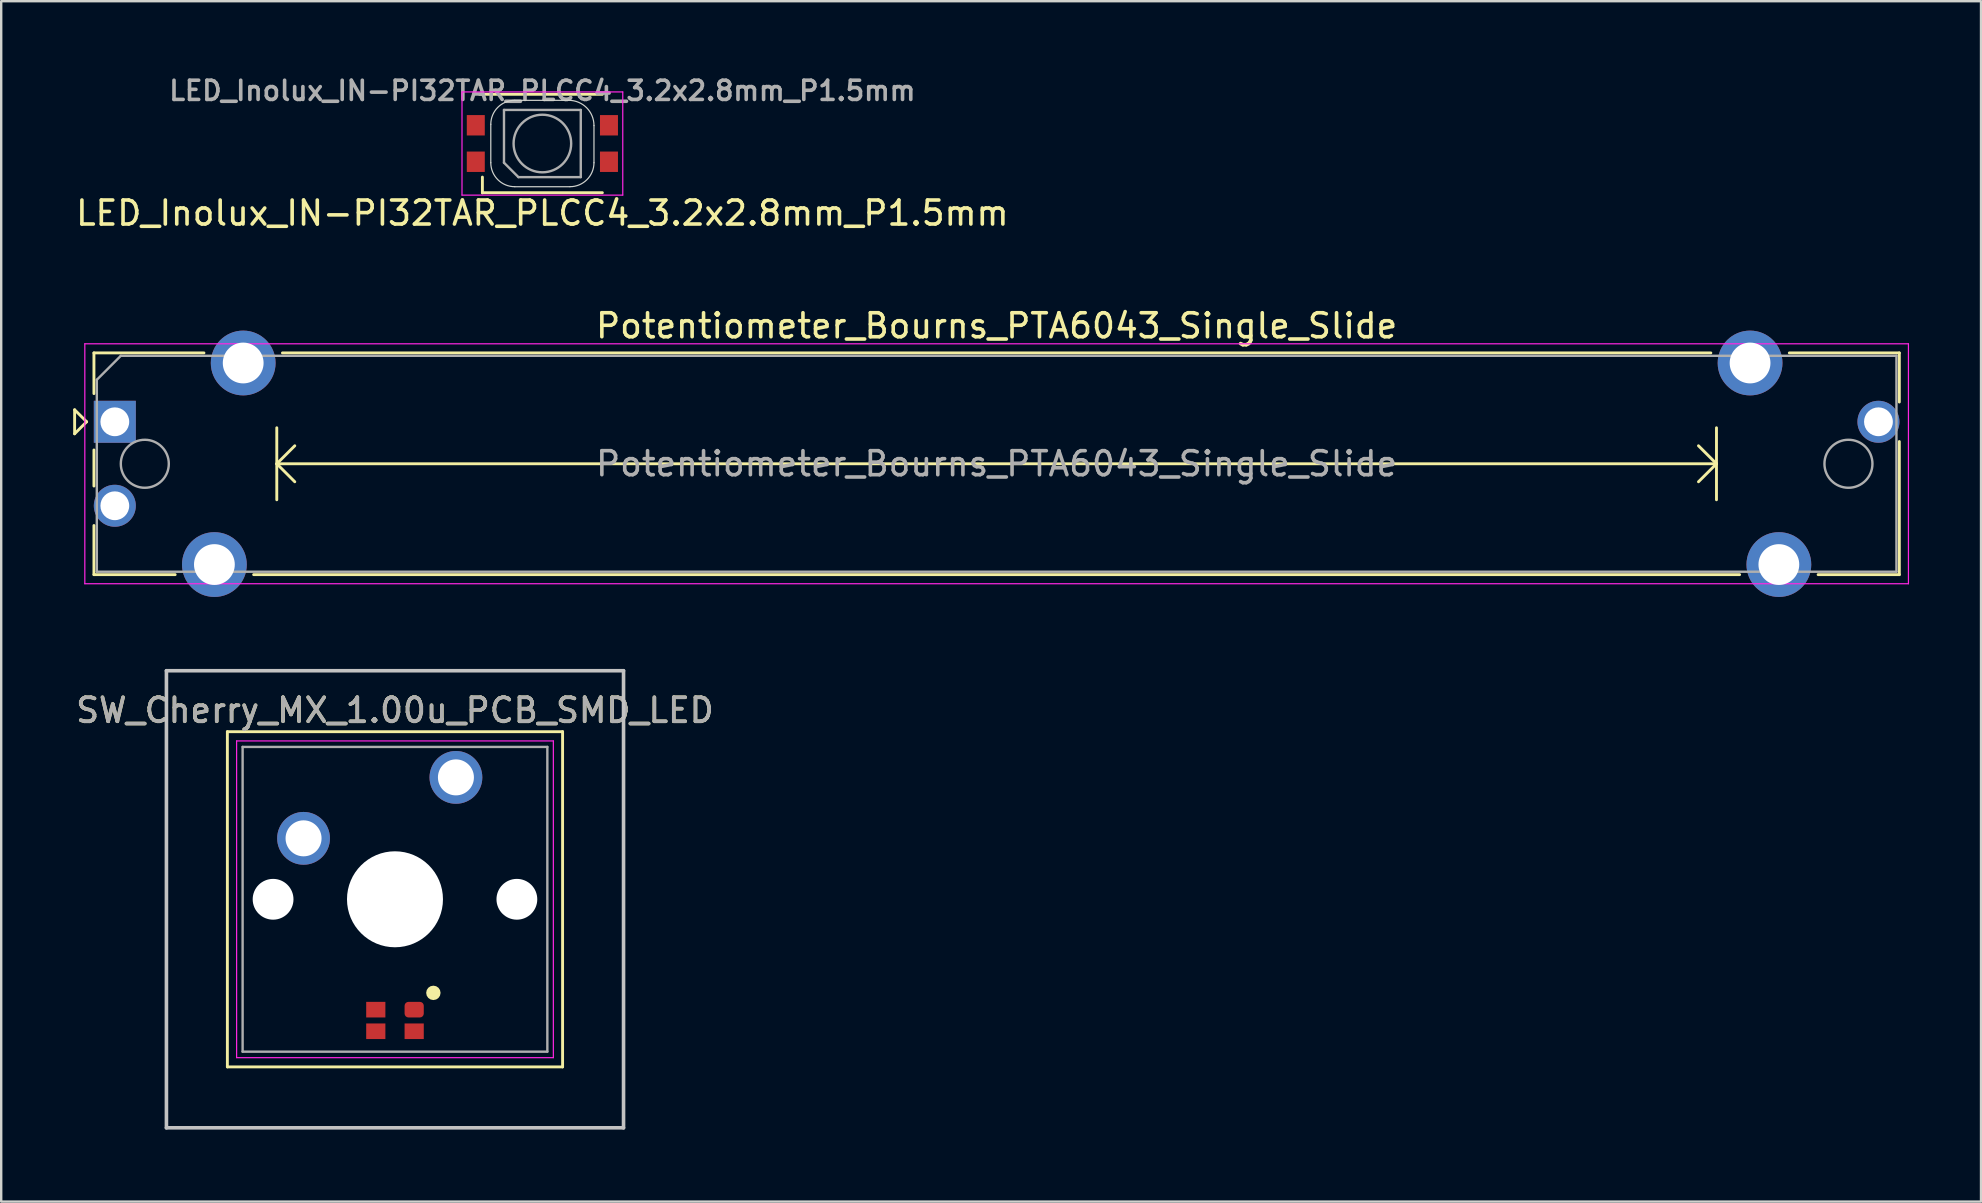
<source format=kicad_pcb>
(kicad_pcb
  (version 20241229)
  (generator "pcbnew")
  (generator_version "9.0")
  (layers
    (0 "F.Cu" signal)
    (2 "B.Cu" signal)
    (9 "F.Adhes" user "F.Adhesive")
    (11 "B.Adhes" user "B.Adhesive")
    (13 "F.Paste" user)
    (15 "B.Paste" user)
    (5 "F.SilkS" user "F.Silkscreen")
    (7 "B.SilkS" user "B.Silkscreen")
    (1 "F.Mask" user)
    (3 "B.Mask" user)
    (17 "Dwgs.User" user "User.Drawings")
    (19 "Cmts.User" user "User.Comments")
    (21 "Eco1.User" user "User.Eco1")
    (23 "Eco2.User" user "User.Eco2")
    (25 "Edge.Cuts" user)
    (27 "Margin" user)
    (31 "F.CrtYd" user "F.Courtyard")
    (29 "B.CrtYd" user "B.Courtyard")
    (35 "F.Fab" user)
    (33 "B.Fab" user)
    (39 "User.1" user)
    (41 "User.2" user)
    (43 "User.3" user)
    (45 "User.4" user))
  (footprint "LED_Inolux_IN-PI32TAR_PLCC4_3.2x2.8mm_P1.5mm"
    (layer "F.Cu")
    (at 19.554 2.931)
    (property "Reference" "LED_Inolux_IN-PI32TAR_PLCC4_3.2x2.8mm_P1.5mm" (at 0 2.9 0) (layer "F.SilkS") (effects (font (size 1 1) (thickness 0.15))))
    (attr smd)
    (fp_line (start -2.62 -2.05) (end 2.5 -2.05) (stroke (width 0.12) (type solid)) (layer "F.SilkS"))
    (fp_line (start -2.5 2.05) (end 2.5 2.05) (stroke (width 0.12) (type solid)) (layer "F.SilkS"))
    (fp_line (start -2.5 2.06) (end -2.5 1.4) (stroke (width 0.12) (type solid)) (layer "F.SilkS"))
    (fp_line (start -2.15 0.8) (end -2.15 -0.8) (stroke (width 0.05) (type default)) (layer "Edge.Cuts"))
    (fp_line (start -1.15 -1.8) (end 1.1 -1.8) (stroke (width 0.05) (type default)) (layer "Edge.Cuts"))
    (fp_line (start 1.15 1.8) (end -1.15 1.8) (stroke (width 0.05) (type default)) (layer "Edge.Cuts"))
    (fp_line (start 2.15 -0.75) (end 2.15 0.8) (stroke (width 0.05) (type default)) (layer "Edge.Cuts"))
    (fp_arc (start -2.149999 -0.799998) (mid -1.857106 -1.507105) (end -1.149999 -1.799998) (stroke (width 0.05) (type default)) (layer "Edge.Cuts"))
    (fp_arc (start -1.149999 1.799999) (mid -1.857106 1.507106) (end -2.149999 0.799999) (stroke (width 0.05) (type default)) (layer "Edge.Cuts"))
    (fp_arc (start 1.1 -1.8) (mid 1.842462 -1.492462) (end 2.15 -0.75) (stroke (width 0.05) (type default)) (layer "Edge.Cuts"))
    (fp_arc (start 2.15 0.8) (mid 1.857107 1.507107) (end 1.15 1.8) (stroke (width 0.05) (type default)) (layer "Edge.Cuts"))
    (fp_line (start -3.35 -2.15) (end -3.35 2.15) (stroke (width 0.05) (type solid)) (layer "F.CrtYd"))
    (fp_line (start -3.35 2.15) (end 3.35 2.15) (stroke (width 0.05) (type solid)) (layer "F.CrtYd"))
    (fp_line (start 3.35 -2.15) (end -3.35 -2.15) (stroke (width 0.05) (type solid)) (layer "F.CrtYd"))
    (fp_line (start 3.35 2.15) (end 3.35 -2.15) (stroke (width 0.05) (type solid)) (layer "F.CrtYd"))
    (fp_line (start -1.6 -1.4) (end -1.6 0.8) (stroke (width 0.1) (type solid)) (layer "F.Fab"))
    (fp_line (start -1.6 0.8) (end -1 1.4) (stroke (width 0.1) (type solid)) (layer "F.Fab"))
    (fp_line (start -1 1.4) (end 1.6 1.4) (stroke (width 0.1) (type solid)) (layer "F.Fab"))
    (fp_line (start 1.6 -1.4) (end -1.6 -1.4) (stroke (width 0.1) (type solid)) (layer "F.Fab"))
    (fp_line (start 1.6 1.4) (end 1.6 -1.4) (stroke (width 0.1) (type solid)) (layer "F.Fab"))
    (fp_circle (center 0 0) (end 1.2 0) (stroke (width 0.1) (type solid)) (fill no) (layer "F.Fab"))
    (fp_text user "${REFERENCE}" (at 0 -2.2 0) (layer "F.Fab") (effects (font (size 0.8 0.8) (thickness 0.15))))
    (pad "1" smd rect (at -2.775 0.76) (size 0.75 0.85) (layers "F.Cu" "F.Mask" "F.Paste"))
    (pad "2" smd rect (at -2.775 -0.76) (size 0.75 0.85) (layers "F.Cu" "F.Mask" "F.Paste"))
    (pad "3" smd rect (at 2.775 -0.76) (size 0.75 0.85) (layers "F.Cu" "F.Mask" "F.Paste"))
    (pad "4" smd rect (at 2.775 0.76) (size 0.75 0.85) (layers "F.Cu" "F.Mask" "F.Paste")))
  (footprint "SW_Cherry_MX_1.00u_PCB_SMD_LED"
    (layer "F.Cu")
    (at 13.411 34.428)
    (property "Reference" "SW_Cherry_MX_1.00u_PCB_SMD_LED" (at 0 -7.874 0) (layer "F.SilkS") (effects (font (size 1 1) (thickness 0.15))))
    (attr through_hole)
    (fp_line (start -6.985 -6.985) (end 6.985 -6.985) (stroke (width 0.12) (type solid)) (layer "F.SilkS"))
    (fp_line (start -6.985 6.985) (end -6.985 -6.985) (stroke (width 0.12) (type solid)) (layer "F.SilkS"))
    (fp_line (start 6.985 -6.985) (end 6.985 6.985) (stroke (width 0.12) (type solid)) (layer "F.SilkS"))
    (fp_line (start 6.985 6.985) (end -6.985 6.985) (stroke (width 0.12) (type solid)) (layer "F.SilkS"))
    (fp_circle (center 1.6 3.9) (end 1.75 3.9) (stroke (width 0.3) (type solid)) (fill no) (layer "F.SilkS"))
    (fp_line (start -9.525 -9.525) (end 9.525 -9.525) (stroke (width 0.15) (type solid)) (layer "Dwgs.User"))
    (fp_line (start -9.525 9.525) (end -9.525 -9.525) (stroke (width 0.15) (type solid)) (layer "Dwgs.User"))
    (fp_line (start 9.525 -9.525) (end 9.525 9.525) (stroke (width 0.15) (type solid)) (layer "Dwgs.User"))
    (fp_line (start 9.525 9.525) (end -9.525 9.525) (stroke (width 0.15) (type solid)) (layer "Dwgs.User"))
    (fp_line (start -6.6 -6.6) (end 6.6 -6.6) (stroke (width 0.05) (type solid)) (layer "F.CrtYd"))
    (fp_line (start -6.6 6.6) (end -6.6 -6.6) (stroke (width 0.05) (type solid)) (layer "F.CrtYd"))
    (fp_line (start 6.6 -6.6) (end 6.6 6.6) (stroke (width 0.05) (type solid)) (layer "F.CrtYd"))
    (fp_line (start 6.6 6.6) (end -6.6 6.6) (stroke (width 0.05) (type solid)) (layer "F.CrtYd"))
    (fp_line (start -6.35 -6.35) (end 6.35 -6.35) (stroke (width 0.1) (type solid)) (layer "F.Fab"))
    (fp_line (start -6.35 6.35) (end -6.35 -6.35) (stroke (width 0.1) (type solid)) (layer "F.Fab"))
    (fp_line (start 6.35 -6.35) (end 6.35 6.35) (stroke (width 0.1) (type solid)) (layer "F.Fab"))
    (fp_line (start 6.35 6.35) (end -6.35 6.35) (stroke (width 0.1) (type solid)) (layer "F.Fab"))
    (fp_text user "${REFERENCE}" (at 0 -7.874 0) (layer "F.Fab") (effects (font (size 1 1) (thickness 0.15))))
    (pad "" np_thru_hole circle (at -5.08 0) (size 1.7 1.7) (drill 1.7) (layers "*.Cu" "*.Mask"))
    (pad "" np_thru_hole circle (at 0 0) (size 4 4) (drill 4) (layers "*.Cu" "*.Mask"))
    (pad "" np_thru_hole circle (at 5.08 0) (size 1.7 1.7) (drill 1.7) (layers "*.Cu" "*.Mask"))
    (pad "1" smd roundrect (at 0.8 4.6) (size 0.8 0.65) (layers "F.Cu" "F.Mask" "F.Paste") (roundrect_rratio 0.25))
    (pad "2" smd rect (at -0.8 4.6) (size 0.8 0.65) (layers "F.Cu" "F.Mask" "F.Paste"))
    (pad "3" smd rect (at 0.8 5.5) (size 0.8 0.65) (layers "F.Cu" "F.Mask" "F.Paste"))
    (pad "4" smd rect (at -0.8 5.5) (size 0.8 0.65) (layers "F.Cu" "F.Mask" "F.Paste"))
    (pad "5" thru_hole circle (at 2.54 -5.08) (size 2.2 2.2) (drill 1.5) (layers "*.Cu" "*.Mask"))
    (pad "6" thru_hole circle (at -3.81 -2.54) (size 2.2 2.2) (drill 1.5) (layers "*.Cu" "*.Mask")))
  (footprint "Potentiometer_Bourns_PTA6043_Single_Slide"
    (layer "F.Cu")
    (at 38.485 16.278)
    (property "Reference" "Potentiometer_Bourns_PTA6043_Single_Slide" (at 0 -5.75 0) (layer "F.SilkS") (effects (font (size 1 1) (thickness 0.15))))
    (attr through_hole)
    (fp_line (start -38.425 -2.25) (end -38.425 -1.25) (stroke (width 0.12) (type solid)) (layer "F.SilkS"))
    (fp_line (start -38.425 -1.25) (end -37.925 -1.75) (stroke (width 0.12) (type solid)) (layer "F.SilkS"))
    (fp_line (start -37.925 -1.75) (end -38.425 -2.25) (stroke (width 0.12) (type solid)) (layer "F.SilkS"))
    (fp_line (start -37.62 -4.62) (end -37.62 -2.925) (stroke (width 0.12) (type solid)) (layer "F.SilkS"))
    (fp_line (start -37.62 -4.62) (end -33.035 -4.62) (stroke (width 0.12) (type solid)) (layer "F.SilkS"))
    (fp_line (start -37.62 -0.575) (end -37.62 0.928) (stroke (width 0.12) (type solid)) (layer "F.SilkS"))
    (fp_line (start -37.62 2.573) (end -37.62 4.62) (stroke (width 0.12) (type solid)) (layer "F.SilkS"))
    (fp_line (start -37.62 4.62) (end -34.235 4.62) (stroke (width 0.12) (type solid)) (layer "F.SilkS"))
    (fp_line (start -30.964 4.62) (end 30.965 4.62) (stroke (width 0.12) (type solid)) (layer "F.SilkS"))
    (fp_line (start -30 -1.5) (end -30 1.5) (stroke (width 0.12) (type solid)) (layer "F.SilkS"))
    (fp_line (start -30 0) (end -29.25 0.75) (stroke (width 0.12) (type solid)) (layer "F.SilkS"))
    (fp_line (start -30 0) (end 30 0) (stroke (width 0.12) (type solid)) (layer "F.SilkS"))
    (fp_line (start -29.764 -4.62) (end 29.765 -4.62) (stroke (width 0.12) (type solid)) (layer "F.SilkS"))
    (fp_line (start -29.25 -0.75) (end -30 0) (stroke (width 0.12) (type solid)) (layer "F.SilkS"))
    (fp_line (start 29.25 -0.75) (end 30 0) (stroke (width 0.12) (type solid)) (layer "F.SilkS"))
    (fp_line (start 30 -1.5) (end 30 1.5) (stroke (width 0.12) (type solid)) (layer "F.SilkS"))
    (fp_line (start 30 0) (end 29.25 0.75) (stroke (width 0.12) (type solid)) (layer "F.SilkS"))
    (fp_line (start 33.036 -4.62) (end 37.62 -4.62) (stroke (width 0.12) (type solid)) (layer "F.SilkS"))
    (fp_line (start 34.236 4.62) (end 37.62 4.62) (stroke (width 0.12) (type solid)) (layer "F.SilkS"))
    (fp_line (start 37.62 -4.62) (end 37.62 -2.573) (stroke (width 0.12) (type solid)) (layer "F.SilkS"))
    (fp_line (start 37.62 -0.927) (end 37.62 4.62) (stroke (width 0.12) (type solid)) (layer "F.SilkS"))
    (fp_line (start -38 -5) (end -38 5) (stroke (width 0.05) (type solid)) (layer "F.CrtYd"))
    (fp_line (start -38 5) (end 38 5) (stroke (width 0.05) (type solid)) (layer "F.CrtYd"))
    (fp_line (start 38 -5) (end -38 -5) (stroke (width 0.05) (type solid)) (layer "F.CrtYd"))
    (fp_line (start 38 5) (end 38 -5) (stroke (width 0.05) (type solid)) (layer "F.CrtYd"))
    (fp_line (start -37.5 -3.5) (end -36.5 -4.5) (stroke (width 0.1) (type solid)) (layer "F.Fab"))
    (fp_line (start -37.5 4.5) (end -37.5 -3.5) (stroke (width 0.1) (type solid)) (layer "F.Fab"))
    (fp_line (start -36.5 -4.5) (end 37.5 -4.5) (stroke (width 0.1) (type solid)) (layer "F.Fab"))
    (fp_line (start 37.5 -4.5) (end 37.5 4.5) (stroke (width 0.1) (type solid)) (layer "F.Fab"))
    (fp_line (start 37.5 4.5) (end -37.5 4.5) (stroke (width 0.1) (type solid)) (layer "F.Fab"))
    (fp_circle (center -35.5 0) (end -34.5 0) (stroke (width 0.1) (type solid)) (fill no) (layer "F.Fab"))
    (fp_circle (center 35.5 0) (end 36.5 0) (stroke (width 0.1) (type solid)) (fill no) (layer "F.Fab"))
    (fp_text user "${REFERENCE}" (at 0 0 0) (layer "F.Fab") (effects (font (size 1 1) (thickness 0.15))))
    (pad "1" thru_hole rect (at -36.75 -1.75) (size 1.75 1.75) (drill 1.2) (layers "*.Cu" "*.Mask"))
    (pad "2" thru_hole circle (at -36.75 1.75) (size 1.75 1.75) (drill 1.2) (layers "*.Cu" "*.Mask"))
    (pad "3" thru_hole circle (at 36.75 -1.75) (size 1.75 1.75) (drill 1.2) (layers "*.Cu" "*.Mask"))
    (pad "MP" thru_hole circle (at -32.6 4.2) (size 2.7 2.7) (drill 1.7) (layers "*.Cu" "*.Mask"))
    (pad "MP" thru_hole circle (at -31.4 -4.2) (size 2.7 2.7) (drill 1.7) (layers "*.Cu" "*.Mask"))
    (pad "MP" thru_hole circle (at 31.4 -4.2) (size 2.7 2.7) (drill 1.7) (layers "*.Cu" "*.Mask"))
    (pad "MP" thru_hole circle (at 32.6 4.2) (size 2.7 2.7) (drill 1.7) (layers "*.Cu" "*.Mask")))
  (gr_rect
    (start -3 -3)
    (end 79.51 47.028)
    (stroke (width 0.1) (type default))
    (fill no)
    (layer "Edge.Cuts")))
</source>
